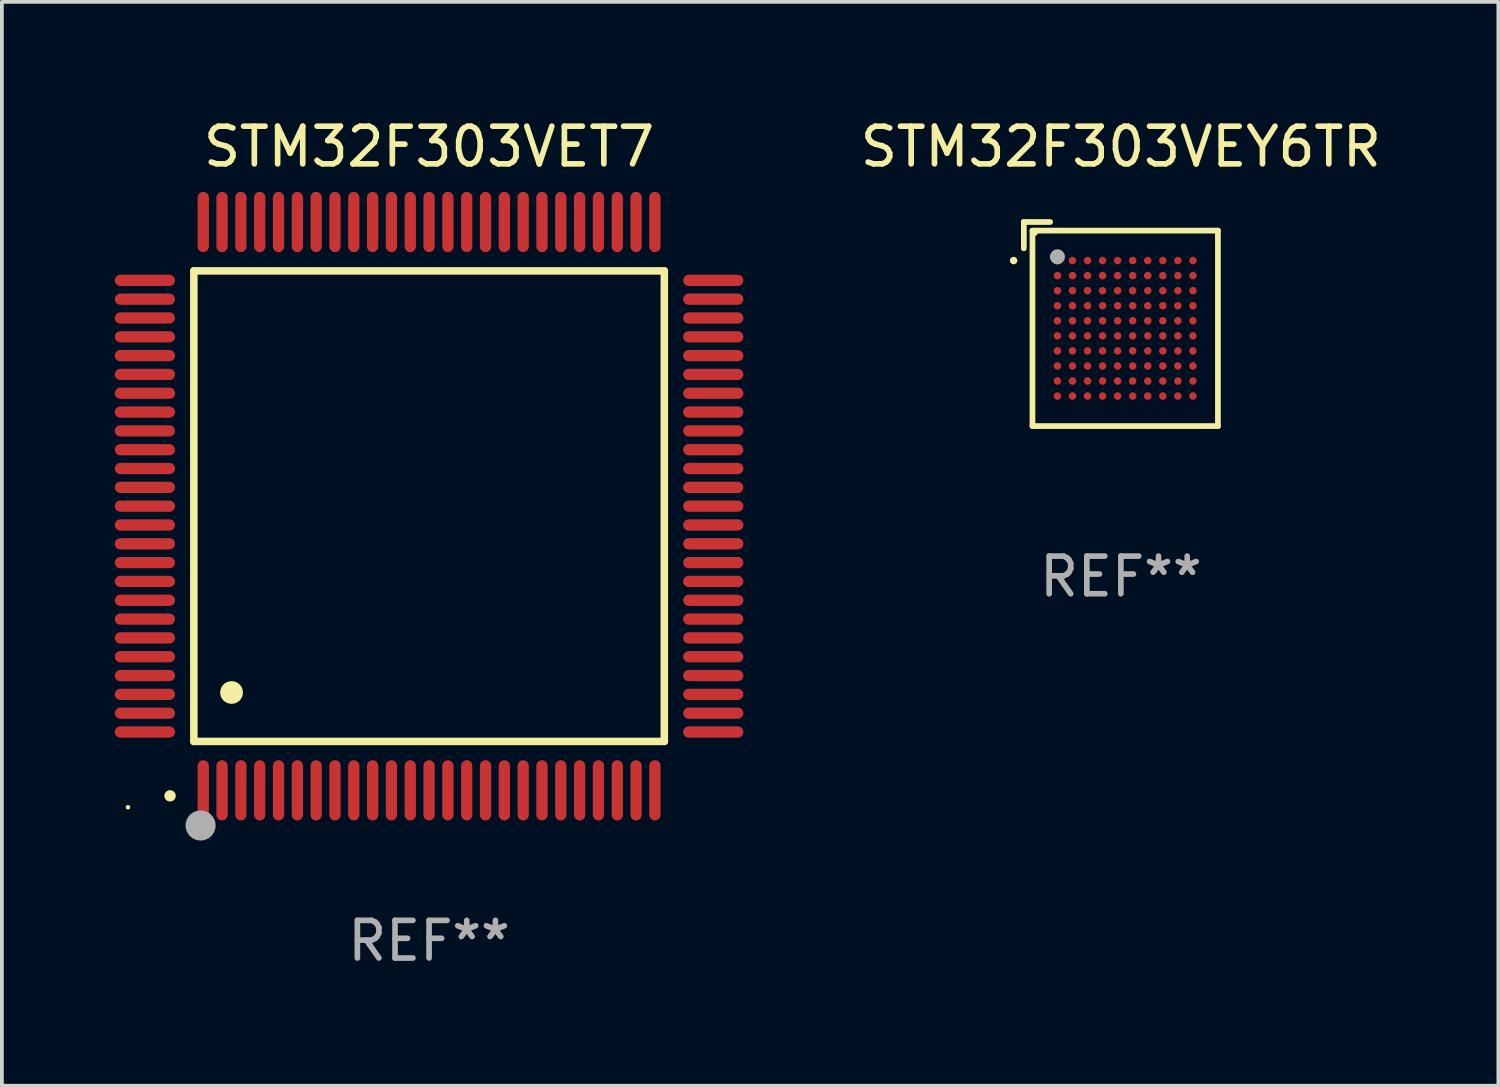
<source format=kicad_pcb>
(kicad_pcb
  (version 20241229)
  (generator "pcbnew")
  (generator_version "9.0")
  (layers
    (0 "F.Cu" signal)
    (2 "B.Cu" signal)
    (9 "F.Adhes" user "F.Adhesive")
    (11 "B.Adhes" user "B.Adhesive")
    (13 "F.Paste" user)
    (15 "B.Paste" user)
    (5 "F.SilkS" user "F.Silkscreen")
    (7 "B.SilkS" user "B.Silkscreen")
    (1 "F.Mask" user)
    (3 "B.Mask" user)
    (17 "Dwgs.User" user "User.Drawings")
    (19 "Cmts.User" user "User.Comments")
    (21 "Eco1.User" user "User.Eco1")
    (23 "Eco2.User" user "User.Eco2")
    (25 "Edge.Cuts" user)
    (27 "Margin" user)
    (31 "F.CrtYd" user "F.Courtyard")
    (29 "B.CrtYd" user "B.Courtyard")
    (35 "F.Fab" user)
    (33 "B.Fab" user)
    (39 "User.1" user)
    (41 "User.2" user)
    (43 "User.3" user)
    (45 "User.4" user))
  (footprint "STM32F303VET7"
    (layer "F.Cu")
    (at 8.35 10.398)
    (property "Reference" "STM32F303VET7" (at 0 -9.55 0) (layer "F.SilkS") (effects (font (size 1 1) (thickness 0.15))))
    (attr through_hole)
    (fp_line (start -6.25 -6.25) (end -6.25 6.25) (stroke (width 0.2) (type solid)) (layer "F.SilkS"))
    (fp_line (start -6.25 6.25) (end 6.25 6.25) (stroke (width 0.2) (type solid)) (layer "F.SilkS"))
    (fp_line (start 6.25 -6.25) (end -6.25 -6.25) (stroke (width 0.2) (type solid)) (layer "F.SilkS"))
    (fp_line (start 6.25 6.25) (end 6.25 -6.25) (stroke (width 0.2) (type solid)) (layer "F.SilkS"))
    (fp_arc (start -6.883414 7.696215) (mid -6.882144 7.69621) (end -6.880874 7.696215) (stroke (width 0.3) (type solid)) (layer "F.SilkS"))
    (fp_arc (start -5.250191 4.95047) (mid -5.247651 4.950459) (end -5.245111 4.95047) (stroke (width 0.6) (type solid)) (layer "F.SilkS"))
    (fp_circle (center -8 8) (end -7.97 8) (stroke (width 0.06) (type solid)) (fill no) (layer "F.SilkS"))
    (fp_circle (center -6.071 8.484) (end -5.871 8.484) (stroke (width 0.4) (type solid)) (fill no) (layer "F.Fab"))
    (fp_text user "REF**" (at 0 11.55 0) (layer "F.Fab") (effects (font (size 1 1) (thickness 0.15))))
    (pad "1" smd oval (at -6 7.55) (size 0.3 1.6) (layers "F.Cu" "F.Mask" "F.Paste"))
    (pad "2" smd oval (at -5.5 7.55) (size 0.3 1.6) (layers "F.Cu" "F.Mask" "F.Paste"))
    (pad "3" smd oval (at -5 7.55) (size 0.3 1.6) (layers "F.Cu" "F.Mask" "F.Paste"))
    (pad "4" smd oval (at -4.5 7.55) (size 0.3 1.6) (layers "F.Cu" "F.Mask" "F.Paste"))
    (pad "5" smd oval (at -4 7.55) (size 0.3 1.6) (layers "F.Cu" "F.Mask" "F.Paste"))
    (pad "6" smd oval (at -3.5 7.55) (size 0.3 1.6) (layers "F.Cu" "F.Mask" "F.Paste"))
    (pad "7" smd oval (at -3 7.55) (size 0.3 1.6) (layers "F.Cu" "F.Mask" "F.Paste"))
    (pad "8" smd oval (at -2.5 7.55) (size 0.3 1.6) (layers "F.Cu" "F.Mask" "F.Paste"))
    (pad "9" smd oval (at -2 7.55) (size 0.3 1.6) (layers "F.Cu" "F.Mask" "F.Paste"))
    (pad "10" smd oval (at -1.5 7.55) (size 0.3 1.6) (layers "F.Cu" "F.Mask" "F.Paste"))
    (pad "11" smd oval (at -1 7.55) (size 0.3 1.6) (layers "F.Cu" "F.Mask" "F.Paste"))
    (pad "12" smd oval (at -0.5 7.55) (size 0.3 1.6) (layers "F.Cu" "F.Mask" "F.Paste"))
    (pad "13" smd oval (at 0 7.55) (size 0.3 1.6) (layers "F.Cu" "F.Mask" "F.Paste"))
    (pad "14" smd oval (at 0.5 7.55) (size 0.3 1.6) (layers "F.Cu" "F.Mask" "F.Paste"))
    (pad "15" smd oval (at 1 7.55) (size 0.3 1.6) (layers "F.Cu" "F.Mask" "F.Paste"))
    (pad "16" smd oval (at 1.5 7.55) (size 0.3 1.6) (layers "F.Cu" "F.Mask" "F.Paste"))
    (pad "17" smd oval (at 2 7.55) (size 0.3 1.6) (layers "F.Cu" "F.Mask" "F.Paste"))
    (pad "18" smd oval (at 2.5 7.55) (size 0.3 1.6) (layers "F.Cu" "F.Mask" "F.Paste"))
    (pad "19" smd oval (at 3 7.55) (size 0.3 1.6) (layers "F.Cu" "F.Mask" "F.Paste"))
    (pad "20" smd oval (at 3.5 7.55) (size 0.3 1.6) (layers "F.Cu" "F.Mask" "F.Paste"))
    (pad "21" smd oval (at 4 7.55) (size 0.3 1.6) (layers "F.Cu" "F.Mask" "F.Paste"))
    (pad "22" smd oval (at 4.5 7.55) (size 0.3 1.6) (layers "F.Cu" "F.Mask" "F.Paste"))
    (pad "23" smd oval (at 5 7.55) (size 0.3 1.6) (layers "F.Cu" "F.Mask" "F.Paste"))
    (pad "24" smd oval (at 5.5 7.55) (size 0.3 1.6) (layers "F.Cu" "F.Mask" "F.Paste"))
    (pad "25" smd oval (at 6 7.55) (size 0.3 1.6) (layers "F.Cu" "F.Mask" "F.Paste"))
    (pad "26" smd oval (at 7.55 6) (size 1.6 0.3) (layers "F.Cu" "F.Mask" "F.Paste"))
    (pad "27" smd oval (at 7.55 5.5) (size 1.6 0.3) (layers "F.Cu" "F.Mask" "F.Paste"))
    (pad "28" smd oval (at 7.55 5) (size 1.6 0.3) (layers "F.Cu" "F.Mask" "F.Paste"))
    (pad "29" smd oval (at 7.55 4.5) (size 1.6 0.3) (layers "F.Cu" "F.Mask" "F.Paste"))
    (pad "30" smd oval (at 7.55 4) (size 1.6 0.3) (layers "F.Cu" "F.Mask" "F.Paste"))
    (pad "31" smd oval (at 7.55 3.5) (size 1.6 0.3) (layers "F.Cu" "F.Mask" "F.Paste"))
    (pad "32" smd oval (at 7.55 3) (size 1.6 0.3) (layers "F.Cu" "F.Mask" "F.Paste"))
    (pad "33" smd oval (at 7.55 2.5) (size 1.6 0.3) (layers "F.Cu" "F.Mask" "F.Paste"))
    (pad "34" smd oval (at 7.55 2) (size 1.6 0.3) (layers "F.Cu" "F.Mask" "F.Paste"))
    (pad "35" smd oval (at 7.55 1.5) (size 1.6 0.3) (layers "F.Cu" "F.Mask" "F.Paste"))
    (pad "36" smd oval (at 7.55 1) (size 1.6 0.3) (layers "F.Cu" "F.Mask" "F.Paste"))
    (pad "37" smd oval (at 7.55 0.5) (size 1.6 0.3) (layers "F.Cu" "F.Mask" "F.Paste"))
    (pad "38" smd oval (at 7.55 0) (size 1.6 0.3) (layers "F.Cu" "F.Mask" "F.Paste"))
    (pad "39" smd oval (at 7.55 -0.5) (size 1.6 0.3) (layers "F.Cu" "F.Mask" "F.Paste"))
    (pad "40" smd oval (at 7.55 -1) (size 1.6 0.3) (layers "F.Cu" "F.Mask" "F.Paste"))
    (pad "41" smd oval (at 7.55 -1.5) (size 1.6 0.3) (layers "F.Cu" "F.Mask" "F.Paste"))
    (pad "42" smd oval (at 7.55 -2) (size 1.6 0.3) (layers "F.Cu" "F.Mask" "F.Paste"))
    (pad "43" smd oval (at 7.55 -2.5) (size 1.6 0.3) (layers "F.Cu" "F.Mask" "F.Paste"))
    (pad "44" smd oval (at 7.55 -3) (size 1.6 0.3) (layers "F.Cu" "F.Mask" "F.Paste"))
    (pad "45" smd oval (at 7.55 -3.5) (size 1.6 0.3) (layers "F.Cu" "F.Mask" "F.Paste"))
    (pad "46" smd oval (at 7.55 -4) (size 1.6 0.3) (layers "F.Cu" "F.Mask" "F.Paste"))
    (pad "47" smd oval (at 7.55 -4.5) (size 1.6 0.3) (layers "F.Cu" "F.Mask" "F.Paste"))
    (pad "48" smd oval (at 7.55 -5) (size 1.6 0.3) (layers "F.Cu" "F.Mask" "F.Paste"))
    (pad "49" smd oval (at 7.55 -5.5) (size 1.6 0.3) (layers "F.Cu" "F.Mask" "F.Paste"))
    (pad "50" smd oval (at 7.55 -6) (size 1.6 0.3) (layers "F.Cu" "F.Mask" "F.Paste"))
    (pad "51" smd oval (at 6 -7.55) (size 0.3 1.6) (layers "F.Cu" "F.Mask" "F.Paste"))
    (pad "52" smd oval (at 5.5 -7.55) (size 0.3 1.6) (layers "F.Cu" "F.Mask" "F.Paste"))
    (pad "53" smd oval (at 5 -7.55) (size 0.3 1.6) (layers "F.Cu" "F.Mask" "F.Paste"))
    (pad "54" smd oval (at 4.5 -7.55) (size 0.3 1.6) (layers "F.Cu" "F.Mask" "F.Paste"))
    (pad "55" smd oval (at 4 -7.55) (size 0.3 1.6) (layers "F.Cu" "F.Mask" "F.Paste"))
    (pad "56" smd oval (at 3.5 -7.55) (size 0.3 1.6) (layers "F.Cu" "F.Mask" "F.Paste"))
    (pad "57" smd oval (at 3 -7.55) (size 0.3 1.6) (layers "F.Cu" "F.Mask" "F.Paste"))
    (pad "58" smd oval (at 2.5 -7.55) (size 0.3 1.6) (layers "F.Cu" "F.Mask" "F.Paste"))
    (pad "59" smd oval (at 2 -7.55) (size 0.3 1.6) (layers "F.Cu" "F.Mask" "F.Paste"))
    (pad "60" smd oval (at 1.5 -7.55) (size 0.3 1.6) (layers "F.Cu" "F.Mask" "F.Paste"))
    (pad "61" smd oval (at 1 -7.55) (size 0.3 1.6) (layers "F.Cu" "F.Mask" "F.Paste"))
    (pad "62" smd oval (at 0.5 -7.55) (size 0.3 1.6) (layers "F.Cu" "F.Mask" "F.Paste"))
    (pad "63" smd oval (at 0 -7.55) (size 0.3 1.6) (layers "F.Cu" "F.Mask" "F.Paste"))
    (pad "64" smd oval (at -0.5 -7.55) (size 0.3 1.6) (layers "F.Cu" "F.Mask" "F.Paste"))
    (pad "65" smd oval (at -1 -7.55) (size 0.3 1.6) (layers "F.Cu" "F.Mask" "F.Paste"))
    (pad "66" smd oval (at -1.5 -7.55) (size 0.3 1.6) (layers "F.Cu" "F.Mask" "F.Paste"))
    (pad "67" smd oval (at -2 -7.55) (size 0.3 1.6) (layers "F.Cu" "F.Mask" "F.Paste"))
    (pad "68" smd oval (at -2.5 -7.55) (size 0.3 1.6) (layers "F.Cu" "F.Mask" "F.Paste"))
    (pad "69" smd oval (at -3 -7.55) (size 0.3 1.6) (layers "F.Cu" "F.Mask" "F.Paste"))
    (pad "70" smd oval (at -3.5 -7.55) (size 0.3 1.6) (layers "F.Cu" "F.Mask" "F.Paste"))
    (pad "71" smd oval (at -4 -7.55) (size 0.3 1.6) (layers "F.Cu" "F.Mask" "F.Paste"))
    (pad "72" smd oval (at -4.5 -7.55) (size 0.3 1.6) (layers "F.Cu" "F.Mask" "F.Paste"))
    (pad "73" smd oval (at -5 -7.55) (size 0.3 1.6) (layers "F.Cu" "F.Mask" "F.Paste"))
    (pad "74" smd oval (at -5.5 -7.55) (size 0.3 1.6) (layers "F.Cu" "F.Mask" "F.Paste"))
    (pad "75" smd oval (at -6 -7.55) (size 0.3 1.6) (layers "F.Cu" "F.Mask" "F.Paste"))
    (pad "76" smd oval (at -7.55 -6) (size 1.6 0.3) (layers "F.Cu" "F.Mask" "F.Paste"))
    (pad "77" smd oval (at -7.55 -5.5) (size 1.6 0.3) (layers "F.Cu" "F.Mask" "F.Paste"))
    (pad "78" smd oval (at -7.55 -5) (size 1.6 0.3) (layers "F.Cu" "F.Mask" "F.Paste"))
    (pad "79" smd oval (at -7.55 -4.5) (size 1.6 0.3) (layers "F.Cu" "F.Mask" "F.Paste"))
    (pad "80" smd oval (at -7.55 -4) (size 1.6 0.3) (layers "F.Cu" "F.Mask" "F.Paste"))
    (pad "81" smd oval (at -7.55 -3.5) (size 1.6 0.3) (layers "F.Cu" "F.Mask" "F.Paste"))
    (pad "82" smd oval (at -7.55 -3) (size 1.6 0.3) (layers "F.Cu" "F.Mask" "F.Paste"))
    (pad "83" smd oval (at -7.55 -2.5) (size 1.6 0.3) (layers "F.Cu" "F.Mask" "F.Paste"))
    (pad "84" smd oval (at -7.55 -2) (size 1.6 0.3) (layers "F.Cu" "F.Mask" "F.Paste"))
    (pad "85" smd oval (at -7.55 -1.5) (size 1.6 0.3) (layers "F.Cu" "F.Mask" "F.Paste"))
    (pad "86" smd oval (at -7.55 -1) (size 1.6 0.3) (layers "F.Cu" "F.Mask" "F.Paste"))
    (pad "87" smd oval (at -7.55 -0.5) (size 1.6 0.3) (layers "F.Cu" "F.Mask" "F.Paste"))
    (pad "88" smd oval (at -7.55 0) (size 1.6 0.3) (layers "F.Cu" "F.Mask" "F.Paste"))
    (pad "89" smd oval (at -7.55 0.5) (size 1.6 0.3) (layers "F.Cu" "F.Mask" "F.Paste"))
    (pad "90" smd oval (at -7.55 1) (size 1.6 0.3) (layers "F.Cu" "F.Mask" "F.Paste"))
    (pad "91" smd oval (at -7.55 1.5) (size 1.6 0.3) (layers "F.Cu" "F.Mask" "F.Paste"))
    (pad "92" smd oval (at -7.55 2) (size 1.6 0.3) (layers "F.Cu" "F.Mask" "F.Paste"))
    (pad "93" smd oval (at -7.55 2.5) (size 1.6 0.3) (layers "F.Cu" "F.Mask" "F.Paste"))
    (pad "94" smd oval (at -7.55 3) (size 1.6 0.3) (layers "F.Cu" "F.Mask" "F.Paste"))
    (pad "95" smd oval (at -7.55 3.5) (size 1.6 0.3) (layers "F.Cu" "F.Mask" "F.Paste"))
    (pad "96" smd oval (at -7.55 4) (size 1.6 0.3) (layers "F.Cu" "F.Mask" "F.Paste"))
    (pad "97" smd oval (at -7.55 4.5) (size 1.6 0.3) (layers "F.Cu" "F.Mask" "F.Paste"))
    (pad "98" smd oval (at -7.55 5) (size 1.6 0.3) (layers "F.Cu" "F.Mask" "F.Paste"))
    (pad "99" smd oval (at -7.55 5.5) (size 1.6 0.3) (layers "F.Cu" "F.Mask" "F.Paste"))
    (pad "100" smd oval (at -7.55 6) (size 1.6 0.3) (layers "F.Cu" "F.Mask" "F.Paste")))
  (footprint "STM32F303VEY6TR"
    (layer "F.Cu")
    (at 26.73 5.559)
    (property "Reference" "STM32F303VEY6TR" (at 0 -4.711 0) (layer "F.SilkS") (effects (font (size 1 1) (thickness 0.15))))
    (attr through_hole)
    (fp_line (start -2.578 -2.711) (end -1.879 -2.711) (stroke (width 0.152) (type solid)) (layer "F.SilkS"))
    (fp_line (start -2.578 -2.012) (end -2.578 -2.711) (stroke (width 0.152) (type solid)) (layer "F.SilkS"))
    (fp_line (start -2.349 -2.482) (end 2.578 -2.482) (stroke (width 0.152) (type solid)) (layer "F.SilkS"))
    (fp_line (start -2.349 2.711) (end -2.349 -2.482) (stroke (width 0.152) (type solid)) (layer "F.SilkS"))
    (fp_line (start 2.578 -2.482) (end 2.578 2.711) (stroke (width 0.152) (type solid)) (layer "F.SilkS"))
    (fp_line (start 2.578 2.711) (end -2.349 2.711) (stroke (width 0.152) (type solid)) (layer "F.SilkS"))
    (fp_circle (center -2.849 -1.686) (end -2.799 -1.686) (stroke (width 0.1) (type solid)) (fill no) (layer "F.SilkS"))
    (fp_circle (center -2.273 -2.406) (end -2.243 -2.406) (stroke (width 0.06) (type solid)) (fill no) (layer "F.SilkS"))
    (fp_circle (center -1.686 -1.786) (end -1.586 -1.786) (stroke (width 0.2) (type solid)) (fill no) (layer "F.Fab"))
    (fp_text user "REF**" (at 0 6.711 0) (layer "F.Fab") (effects (font (size 1 1) (thickness 0.15))))
    (pad "A1" smd circle (at -1.686 -1.686) (size 0.2 0.2) (layers "F.Cu" "F.Mask" "F.Paste"))
    (pad "A2" smd circle (at -1.286 -1.686) (size 0.2 0.2) (layers "F.Cu" "F.Mask" "F.Paste"))
    (pad "A3" smd circle (at -0.886 -1.686) (size 0.2 0.2) (layers "F.Cu" "F.Mask" "F.Paste"))
    (pad "A4" smd circle (at -0.486 -1.686) (size 0.2 0.2) (layers "F.Cu" "F.Mask" "F.Paste"))
    (pad "A5" smd circle (at -0.086 -1.686) (size 0.2 0.2) (layers "F.Cu" "F.Mask" "F.Paste"))
    (pad "A6" smd circle (at 0.314 -1.686) (size 0.2 0.2) (layers "F.Cu" "F.Mask" "F.Paste"))
    (pad "A7" smd circle (at 0.714 -1.686) (size 0.2 0.2) (layers "F.Cu" "F.Mask" "F.Paste"))
    (pad "A8" smd circle (at 1.114 -1.686) (size 0.2 0.2) (layers "F.Cu" "F.Mask" "F.Paste"))
    (pad "A9" smd circle (at 1.514 -1.686) (size 0.2 0.2) (layers "F.Cu" "F.Mask" "F.Paste"))
    (pad "A10" smd circle (at 1.914 -1.686) (size 0.2 0.2) (layers "F.Cu" "F.Mask" "F.Paste"))
    (pad "B1" smd circle (at -1.686 -1.286) (size 0.2 0.2) (layers "F.Cu" "F.Mask" "F.Paste"))
    (pad "B2" smd circle (at -1.286 -1.286) (size 0.2 0.2) (layers "F.Cu" "F.Mask" "F.Paste"))
    (pad "B3" smd circle (at -0.886 -1.286) (size 0.2 0.2) (layers "F.Cu" "F.Mask" "F.Paste"))
    (pad "B4" smd circle (at -0.486 -1.286) (size 0.2 0.2) (layers "F.Cu" "F.Mask" "F.Paste"))
    (pad "B5" smd circle (at -0.086 -1.286) (size 0.2 0.2) (layers "F.Cu" "F.Mask" "F.Paste"))
    (pad "B6" smd circle (at 0.314 -1.286) (size 0.2 0.2) (layers "F.Cu" "F.Mask" "F.Paste"))
    (pad "B7" smd circle (at 0.714 -1.286) (size 0.2 0.2) (layers "F.Cu" "F.Mask" "F.Paste"))
    (pad "B8" smd circle (at 1.114 -1.286) (size 0.2 0.2) (layers "F.Cu" "F.Mask" "F.Paste"))
    (pad "B9" smd circle (at 1.514 -1.286) (size 0.2 0.2) (layers "F.Cu" "F.Mask" "F.Paste"))
    (pad "B10" smd circle (at 1.914 -1.286) (size 0.2 0.2) (layers "F.Cu" "F.Mask" "F.Paste"))
    (pad "C1" smd circle (at -1.686 -0.886) (size 0.2 0.2) (layers "F.Cu" "F.Mask" "F.Paste"))
    (pad "C2" smd circle (at -1.286 -0.886) (size 0.2 0.2) (layers "F.Cu" "F.Mask" "F.Paste"))
    (pad "C3" smd circle (at -0.886 -0.886) (size 0.2 0.2) (layers "F.Cu" "F.Mask" "F.Paste"))
    (pad "C4" smd circle (at -0.486 -0.886) (size 0.2 0.2) (layers "F.Cu" "F.Mask" "F.Paste"))
    (pad "C5" smd circle (at -0.086 -0.886) (size 0.2 0.2) (layers "F.Cu" "F.Mask" "F.Paste"))
    (pad "C6" smd circle (at 0.314 -0.886) (size 0.2 0.2) (layers "F.Cu" "F.Mask" "F.Paste"))
    (pad "C7" smd circle (at 0.714 -0.886) (size 0.2 0.2) (layers "F.Cu" "F.Mask" "F.Paste"))
    (pad "C8" smd circle (at 1.114 -0.886) (size 0.2 0.2) (layers "F.Cu" "F.Mask" "F.Paste"))
    (pad "C9" smd circle (at 1.514 -0.886) (size 0.2 0.2) (layers "F.Cu" "F.Mask" "F.Paste"))
    (pad "C10" smd circle (at 1.914 -0.886) (size 0.2 0.2) (layers "F.Cu" "F.Mask" "F.Paste"))
    (pad "D1" smd circle (at -1.686 -0.486) (size 0.2 0.2) (layers "F.Cu" "F.Mask" "F.Paste"))
    (pad "D2" smd circle (at -1.286 -0.486) (size 0.2 0.2) (layers "F.Cu" "F.Mask" "F.Paste"))
    (pad "D3" smd circle (at -0.886 -0.486) (size 0.2 0.2) (layers "F.Cu" "F.Mask" "F.Paste"))
    (pad "D4" smd circle (at -0.486 -0.486) (size 0.2 0.2) (layers "F.Cu" "F.Mask" "F.Paste"))
    (pad "D5" smd circle (at -0.086 -0.486) (size 0.2 0.2) (layers "F.Cu" "F.Mask" "F.Paste"))
    (pad "D6" smd circle (at 0.314 -0.486) (size 0.2 0.2) (layers "F.Cu" "F.Mask" "F.Paste"))
    (pad "D7" smd circle (at 0.714 -0.486) (size 0.2 0.2) (layers "F.Cu" "F.Mask" "F.Paste"))
    (pad "D8" smd circle (at 1.114 -0.486) (size 0.2 0.2) (layers "F.Cu" "F.Mask" "F.Paste"))
    (pad "D9" smd circle (at 1.514 -0.486) (size 0.2 0.2) (layers "F.Cu" "F.Mask" "F.Paste"))
    (pad "D10" smd circle (at 1.914 -0.486) (size 0.2 0.2) (layers "F.Cu" "F.Mask" "F.Paste"))
    (pad "E1" smd circle (at -1.686 -0.086) (size 0.2 0.2) (layers "F.Cu" "F.Mask" "F.Paste"))
    (pad "E2" smd circle (at -1.286 -0.086) (size 0.2 0.2) (layers "F.Cu" "F.Mask" "F.Paste"))
    (pad "E3" smd circle (at -0.886 -0.086) (size 0.2 0.2) (layers "F.Cu" "F.Mask" "F.Paste"))
    (pad "E4" smd circle (at -0.486 -0.086) (size 0.2 0.2) (layers "F.Cu" "F.Mask" "F.Paste"))
    (pad "E5" smd circle (at -0.086 -0.086) (size 0.2 0.2) (layers "F.Cu" "F.Mask" "F.Paste"))
    (pad "E6" smd circle (at 0.314 -0.086) (size 0.2 0.2) (layers "F.Cu" "F.Mask" "F.Paste"))
    (pad "E7" smd circle (at 0.714 -0.086) (size 0.2 0.2) (layers "F.Cu" "F.Mask" "F.Paste"))
    (pad "E8" smd circle (at 1.114 -0.086) (size 0.2 0.2) (layers "F.Cu" "F.Mask" "F.Paste"))
    (pad "E9" smd circle (at 1.514 -0.086) (size 0.2 0.2) (layers "F.Cu" "F.Mask" "F.Paste"))
    (pad "E10" smd circle (at 1.914 -0.086) (size 0.2 0.2) (layers "F.Cu" "F.Mask" "F.Paste"))
    (pad "F1" smd circle (at -1.686 0.314) (size 0.2 0.2) (layers "F.Cu" "F.Mask" "F.Paste"))
    (pad "F2" smd circle (at -1.286 0.314) (size 0.2 0.2) (layers "F.Cu" "F.Mask" "F.Paste"))
    (pad "F3" smd circle (at -0.886 0.314) (size 0.2 0.2) (layers "F.Cu" "F.Mask" "F.Paste"))
    (pad "F4" smd circle (at -0.486 0.314) (size 0.2 0.2) (layers "F.Cu" "F.Mask" "F.Paste"))
    (pad "F5" smd circle (at -0.086 0.314) (size 0.2 0.2) (layers "F.Cu" "F.Mask" "F.Paste"))
    (pad "F6" smd circle (at 0.314 0.314) (size 0.2 0.2) (layers "F.Cu" "F.Mask" "F.Paste"))
    (pad "F7" smd circle (at 0.714 0.314) (size 0.2 0.2) (layers "F.Cu" "F.Mask" "F.Paste"))
    (pad "F8" smd circle (at 1.114 0.314) (size 0.2 0.2) (layers "F.Cu" "F.Mask" "F.Paste"))
    (pad "F9" smd circle (at 1.514 0.314) (size 0.2 0.2) (layers "F.Cu" "F.Mask" "F.Paste"))
    (pad "F10" smd circle (at 1.914 0.314) (size 0.2 0.2) (layers "F.Cu" "F.Mask" "F.Paste"))
    (pad "G1" smd circle (at -1.686 0.714) (size 0.2 0.2) (layers "F.Cu" "F.Mask" "F.Paste"))
    (pad "G2" smd circle (at -1.286 0.714) (size 0.2 0.2) (layers "F.Cu" "F.Mask" "F.Paste"))
    (pad "G3" smd circle (at -0.886 0.714) (size 0.2 0.2) (layers "F.Cu" "F.Mask" "F.Paste"))
    (pad "G4" smd circle (at -0.486 0.714) (size 0.2 0.2) (layers "F.Cu" "F.Mask" "F.Paste"))
    (pad "G5" smd circle (at -0.086 0.714) (size 0.2 0.2) (layers "F.Cu" "F.Mask" "F.Paste"))
    (pad "G6" smd circle (at 0.314 0.714) (size 0.2 0.2) (layers "F.Cu" "F.Mask" "F.Paste"))
    (pad "G7" smd circle (at 0.714 0.714) (size 0.2 0.2) (layers "F.Cu" "F.Mask" "F.Paste"))
    (pad "G8" smd circle (at 1.114 0.714) (size 0.2 0.2) (layers "F.Cu" "F.Mask" "F.Paste"))
    (pad "G9" smd circle (at 1.514 0.714) (size 0.2 0.2) (layers "F.Cu" "F.Mask" "F.Paste"))
    (pad "G10" smd circle (at 1.914 0.714) (size 0.2 0.2) (layers "F.Cu" "F.Mask" "F.Paste"))
    (pad "H1" smd circle (at -1.686 1.114) (size 0.2 0.2) (layers "F.Cu" "F.Mask" "F.Paste"))
    (pad "H2" smd circle (at -1.286 1.114) (size 0.2 0.2) (layers "F.Cu" "F.Mask" "F.Paste"))
    (pad "H3" smd circle (at -0.886 1.114) (size 0.2 0.2) (layers "F.Cu" "F.Mask" "F.Paste"))
    (pad "H4" smd circle (at -0.486 1.114) (size 0.2 0.2) (layers "F.Cu" "F.Mask" "F.Paste"))
    (pad "H5" smd circle (at -0.086 1.114) (size 0.2 0.2) (layers "F.Cu" "F.Mask" "F.Paste"))
    (pad "H6" smd circle (at 0.314 1.114) (size 0.2 0.2) (layers "F.Cu" "F.Mask" "F.Paste"))
    (pad "H7" smd circle (at 0.714 1.114) (size 0.2 0.2) (layers "F.Cu" "F.Mask" "F.Paste"))
    (pad "H8" smd circle (at 1.114 1.114) (size 0.2 0.2) (layers "F.Cu" "F.Mask" "F.Paste"))
    (pad "H9" smd circle (at 1.514 1.114) (size 0.2 0.2) (layers "F.Cu" "F.Mask" "F.Paste"))
    (pad "H10" smd circle (at 1.914 1.114) (size 0.2 0.2) (layers "F.Cu" "F.Mask" "F.Paste"))
    (pad "J1" smd circle (at -1.686 1.514) (size 0.2 0.2) (layers "F.Cu" "F.Mask" "F.Paste"))
    (pad "J2" smd circle (at -1.286 1.514) (size 0.2 0.2) (layers "F.Cu" "F.Mask" "F.Paste"))
    (pad "J3" smd circle (at -0.886 1.514) (size 0.2 0.2) (layers "F.Cu" "F.Mask" "F.Paste"))
    (pad "J4" smd circle (at -0.486 1.514) (size 0.2 0.2) (layers "F.Cu" "F.Mask" "F.Paste"))
    (pad "J5" smd circle (at -0.086 1.514) (size 0.2 0.2) (layers "F.Cu" "F.Mask" "F.Paste"))
    (pad "J6" smd circle (at 0.314 1.514) (size 0.2 0.2) (layers "F.Cu" "F.Mask" "F.Paste"))
    (pad "J7" smd circle (at 0.714 1.514) (size 0.2 0.2) (layers "F.Cu" "F.Mask" "F.Paste"))
    (pad "J8" smd circle (at 1.114 1.514) (size 0.2 0.2) (layers "F.Cu" "F.Mask" "F.Paste"))
    (pad "J9" smd circle (at 1.514 1.514) (size 0.2 0.2) (layers "F.Cu" "F.Mask" "F.Paste"))
    (pad "J10" smd circle (at 1.914 1.514) (size 0.2 0.2) (layers "F.Cu" "F.Mask" "F.Paste"))
    (pad "K1" smd circle (at -1.686 1.914) (size 0.2 0.2) (layers "F.Cu" "F.Mask" "F.Paste"))
    (pad "K2" smd circle (at -1.286 1.914) (size 0.2 0.2) (layers "F.Cu" "F.Mask" "F.Paste"))
    (pad "K3" smd circle (at -0.886 1.914) (size 0.2 0.2) (layers "F.Cu" "F.Mask" "F.Paste"))
    (pad "K4" smd circle (at -0.486 1.914) (size 0.2 0.2) (layers "F.Cu" "F.Mask" "F.Paste"))
    (pad "K5" smd circle (at -0.086 1.914) (size 0.2 0.2) (layers "F.Cu" "F.Mask" "F.Paste"))
    (pad "K6" smd circle (at 0.314 1.914) (size 0.2 0.2) (layers "F.Cu" "F.Mask" "F.Paste"))
    (pad "K7" smd circle (at 0.714 1.914) (size 0.2 0.2) (layers "F.Cu" "F.Mask" "F.Paste"))
    (pad "K8" smd circle (at 1.114 1.914) (size 0.2 0.2) (layers "F.Cu" "F.Mask" "F.Paste"))
    (pad "K9" smd circle (at 1.514 1.914) (size 0.2 0.2) (layers "F.Cu" "F.Mask" "F.Paste"))
    (pad "K10" smd circle (at 1.914 1.914) (size 0.2 0.2) (layers "F.Cu" "F.Mask" "F.Paste")))
  (gr_rect
    (start -3 -3)
    (end 36.759 25.796)
    (stroke (width 0.1) (type default))
    (fill no)
    (layer "Edge.Cuts")))
</source>
